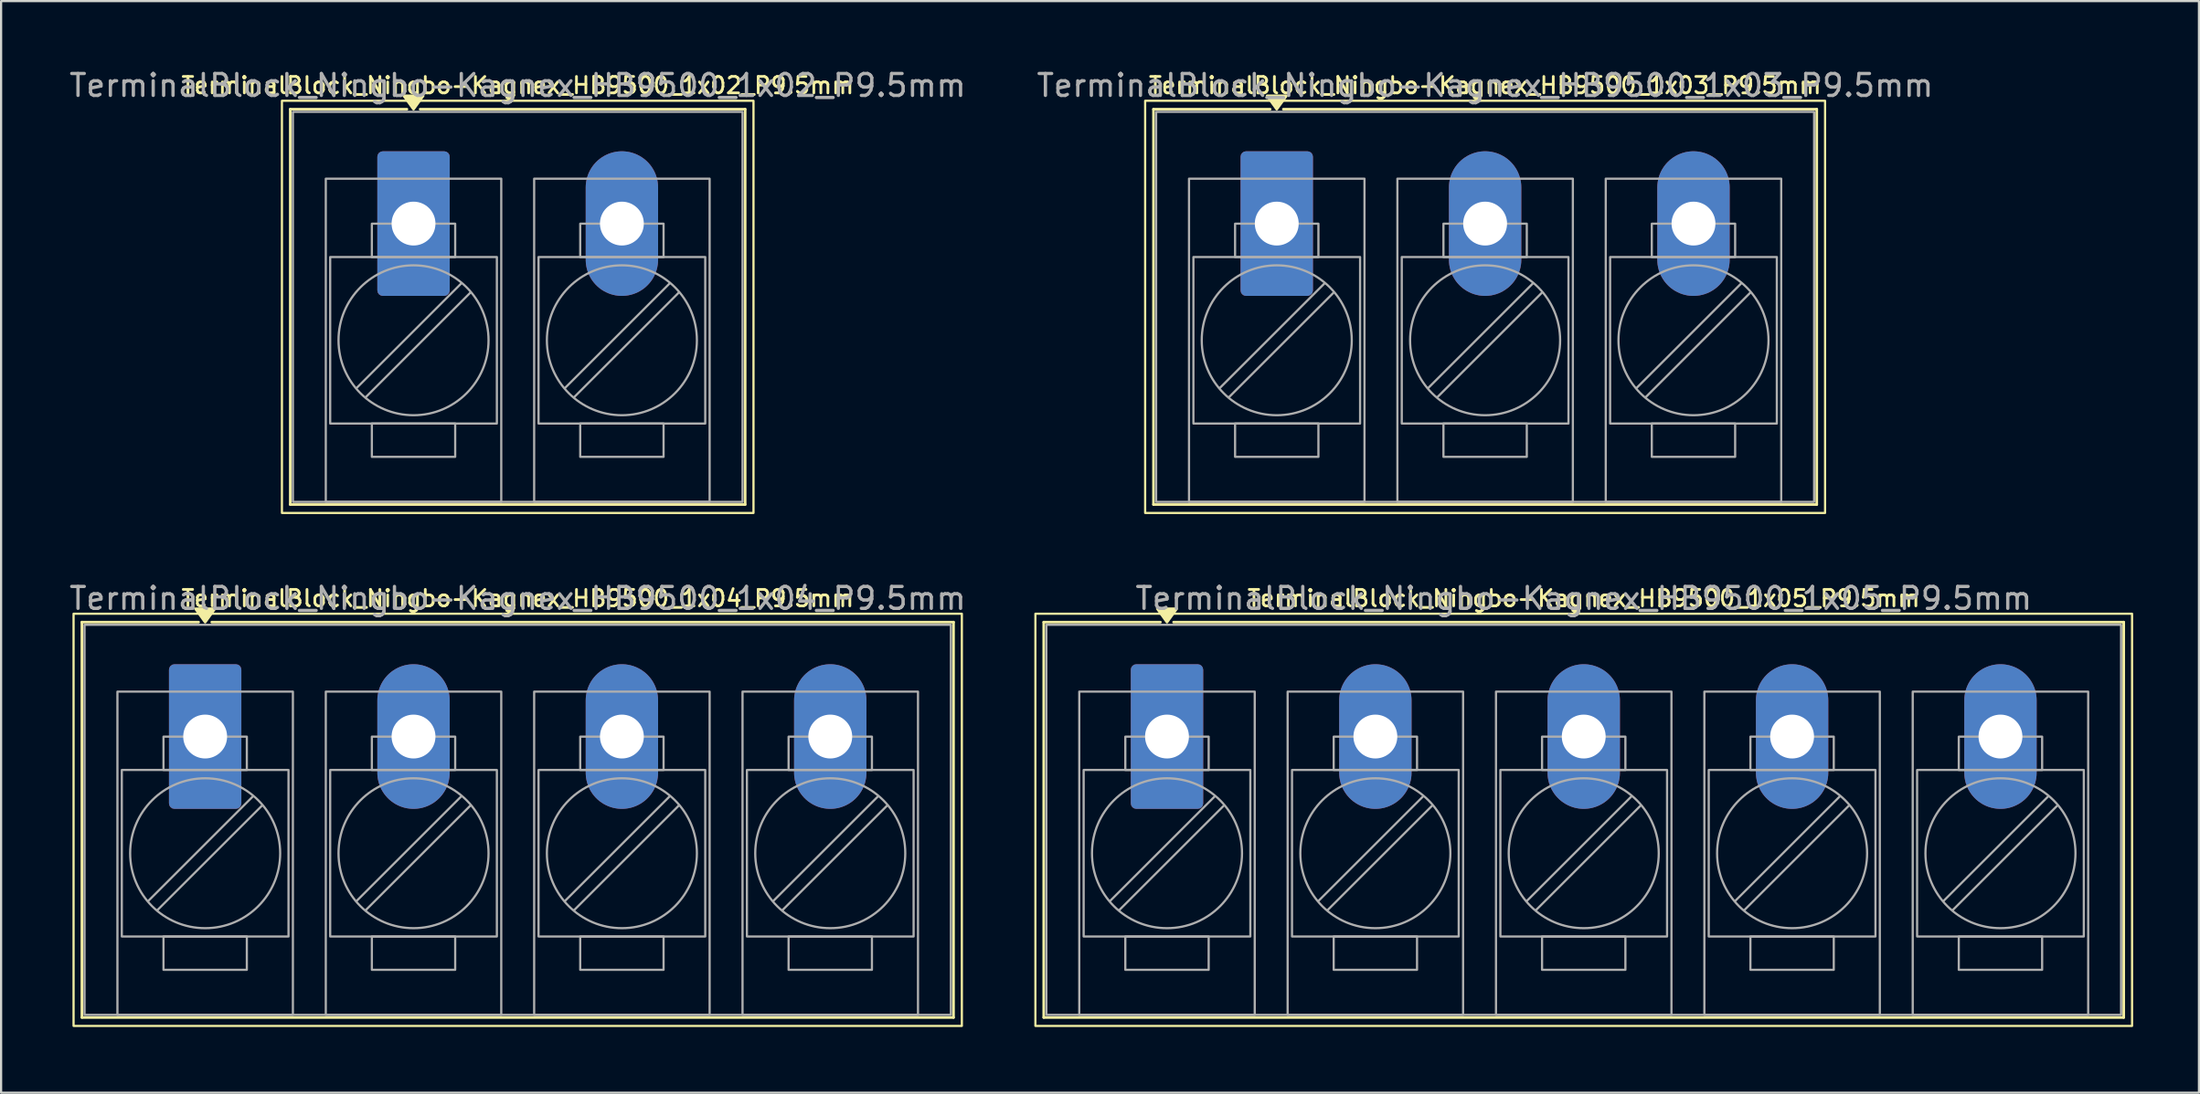
<source format=kicad_pcb>
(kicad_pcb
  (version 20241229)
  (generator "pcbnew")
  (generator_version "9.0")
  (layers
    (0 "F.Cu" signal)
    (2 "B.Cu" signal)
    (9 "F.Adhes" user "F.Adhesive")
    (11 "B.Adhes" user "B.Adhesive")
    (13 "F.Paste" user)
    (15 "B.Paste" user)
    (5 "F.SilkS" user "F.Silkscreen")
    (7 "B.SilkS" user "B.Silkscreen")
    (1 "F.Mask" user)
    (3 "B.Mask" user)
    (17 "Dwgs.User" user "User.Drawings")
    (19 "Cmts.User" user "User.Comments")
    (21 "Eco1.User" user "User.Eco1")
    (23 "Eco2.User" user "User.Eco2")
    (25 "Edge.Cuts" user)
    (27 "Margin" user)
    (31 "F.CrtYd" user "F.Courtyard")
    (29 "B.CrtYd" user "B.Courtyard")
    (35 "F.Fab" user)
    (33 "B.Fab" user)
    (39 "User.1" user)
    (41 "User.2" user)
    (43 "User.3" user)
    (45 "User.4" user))
  (footprint "TerminalBlock_Ningbo-Kagnex_HB9500_1x02_P9.5mm"
    (layer "F.Cu")
    (at 15.804 7.153)
    (property "Reference" "TerminalBlock_Ningbo-Kagnex_HB9500_1x02_P9.5mm" (at 4.75 -6.305 0) (layer "F.SilkS") (effects (font (size 0.75 0.75) (thickness 0.125))))
    (attr through_hole)
    (fp_line (start -5.62 -5.22) (end -0.3 -5.22) (stroke (width 0.12) (type solid)) (layer "F.SilkS"))
    (fp_line (start -5.62 12.82) (end -5.62 -5.22) (stroke (width 0.12) (type solid)) (layer "F.SilkS"))
    (fp_line (start 0.3 -5.22) (end 15.12 -5.22) (stroke (width 0.12) (type solid)) (layer "F.SilkS"))
    (fp_line (start 15.12 -5.22) (end 15.12 12.82) (stroke (width 0.12) (type solid)) (layer "F.SilkS"))
    (fp_line (start 15.12 12.82) (end -5.62 12.82) (stroke (width 0.12) (type solid)) (layer "F.SilkS"))
    (fp_rect (start -6 -5.605) (end 15.5 13.205) (stroke (width 0.1) (type solid)) (fill no) (layer "F.SilkS"))
    (fp_poly (pts (xy 0 -5.22) (xy -0.44 -5.83) (xy 0.44 -5.83)) (stroke (width 0.12) (type solid)) (fill yes) (layer "F.SilkS"))
    (fp_line (start 2.176 2.731) (end -2.594 7.501) (stroke (width 0.1) (type solid)) (layer "F.Fab"))
    (fp_line (start 2.594 3.149) (end -2.176 7.919) (stroke (width 0.1) (type solid)) (layer "F.Fab"))
    (fp_line (start 11.676 2.731) (end 6.906 7.501) (stroke (width 0.1) (type solid)) (layer "F.Fab"))
    (fp_line (start 12.094 3.149) (end 7.324 7.919) (stroke (width 0.1) (type solid)) (layer "F.Fab"))
    (fp_rect (start -5.5 -5.1) (end 15 12.7) (stroke (width 0.1) (type solid)) (fill no) (layer "F.Fab"))
    (fp_rect (start -4 -2.05) (end 4 12.7) (stroke (width 0.1) (type solid)) (fill no) (layer "F.Fab"))
    (fp_rect (start -3.8 1.525) (end 3.8 9.125) (stroke (width 0.1) (type solid)) (fill no) (layer "F.Fab"))
    (fp_rect (start -1.9 0.005) (end 1.9 1.525) (stroke (width 0.1) (type solid)) (fill no) (layer "F.Fab"))
    (fp_rect (start -1.9 9.125) (end 1.9 10.645) (stroke (width 0.1) (type solid)) (fill no) (layer "F.Fab"))
    (fp_rect (start 5.5 -2.05) (end 13.5 12.7) (stroke (width 0.1) (type solid)) (fill no) (layer "F.Fab"))
    (fp_rect (start 5.7 1.525) (end 13.3 9.125) (stroke (width 0.1) (type solid)) (fill no) (layer "F.Fab"))
    (fp_rect (start 7.6 0.005) (end 11.4 1.525) (stroke (width 0.1) (type solid)) (fill no) (layer "F.Fab"))
    (fp_rect (start 7.6 9.125) (end 11.4 10.645) (stroke (width 0.1) (type solid)) (fill no) (layer "F.Fab"))
    (fp_circle (center 0 5.325) (end 3.42 5.325) (stroke (width 0.1) (type solid)) (fill no) (layer "F.Fab"))
    (fp_circle (center 9.5 5.325) (end 12.92 5.325) (stroke (width 0.1) (type solid)) (fill no) (layer "F.Fab"))
    (fp_text user "${REFERENCE}" (at 4.75 -6.305 0) (layer "F.Fab") (effects (font (size 1 1) (thickness 0.15))))
    (pad "1" thru_hole roundrect (at 0 0) (size 3.3 6.6) (drill 2) (layers "*.Cu" "*.Mask") (roundrect_rratio 0.076))
    (pad "2" thru_hole oval (at 9.5 0) (size 3.3 6.6) (drill 2) (layers "*.Cu" "*.Mask")))
  (footprint "TerminalBlock_Ningbo-Kagnex_HB9500_1x04_P9.5mm"
    (layer "F.Cu")
    (at 6.304 30.561)
    (property "Reference" "TerminalBlock_Ningbo-Kagnex_HB9500_1x04_P9.5mm" (at 14.25 -6.305 0) (layer "F.SilkS") (effects (font (size 0.75 0.75) (thickness 0.125))))
    (attr through_hole)
    (fp_line (start -5.62 -5.22) (end -0.3 -5.22) (stroke (width 0.12) (type solid)) (layer "F.SilkS"))
    (fp_line (start -5.62 12.82) (end -5.62 -5.22) (stroke (width 0.12) (type solid)) (layer "F.SilkS"))
    (fp_line (start 0.3 -5.22) (end 34.12 -5.22) (stroke (width 0.12) (type solid)) (layer "F.SilkS"))
    (fp_line (start 34.12 -5.22) (end 34.12 12.82) (stroke (width 0.12) (type solid)) (layer "F.SilkS"))
    (fp_line (start 34.12 12.82) (end -5.62 12.82) (stroke (width 0.12) (type solid)) (layer "F.SilkS"))
    (fp_rect (start -6 -5.605) (end 34.5 13.205) (stroke (width 0.1) (type solid)) (fill no) (layer "F.SilkS"))
    (fp_poly (pts (xy 0 -5.22) (xy -0.44 -5.83) (xy 0.44 -5.83)) (stroke (width 0.12) (type solid)) (fill yes) (layer "F.SilkS"))
    (fp_line (start 2.176 2.731) (end -2.594 7.501) (stroke (width 0.1) (type solid)) (layer "F.Fab"))
    (fp_line (start 2.594 3.149) (end -2.176 7.919) (stroke (width 0.1) (type solid)) (layer "F.Fab"))
    (fp_line (start 11.676 2.731) (end 6.906 7.501) (stroke (width 0.1) (type solid)) (layer "F.Fab"))
    (fp_line (start 12.094 3.149) (end 7.324 7.919) (stroke (width 0.1) (type solid)) (layer "F.Fab"))
    (fp_line (start 21.176 2.731) (end 16.406 7.501) (stroke (width 0.1) (type solid)) (layer "F.Fab"))
    (fp_line (start 21.594 3.149) (end 16.824 7.919) (stroke (width 0.1) (type solid)) (layer "F.Fab"))
    (fp_line (start 30.676 2.731) (end 25.906 7.501) (stroke (width 0.1) (type solid)) (layer "F.Fab"))
    (fp_line (start 31.094 3.149) (end 26.324 7.919) (stroke (width 0.1) (type solid)) (layer "F.Fab"))
    (fp_rect (start -5.5 -5.1) (end 34 12.7) (stroke (width 0.1) (type solid)) (fill no) (layer "F.Fab"))
    (fp_rect (start -4 -2.05) (end 4 12.7) (stroke (width 0.1) (type solid)) (fill no) (layer "F.Fab"))
    (fp_rect (start -3.8 1.525) (end 3.8 9.125) (stroke (width 0.1) (type solid)) (fill no) (layer "F.Fab"))
    (fp_rect (start -1.9 0.005) (end 1.9 1.525) (stroke (width 0.1) (type solid)) (fill no) (layer "F.Fab"))
    (fp_rect (start -1.9 9.125) (end 1.9 10.645) (stroke (width 0.1) (type solid)) (fill no) (layer "F.Fab"))
    (fp_rect (start 5.5 -2.05) (end 13.5 12.7) (stroke (width 0.1) (type solid)) (fill no) (layer "F.Fab"))
    (fp_rect (start 5.7 1.525) (end 13.3 9.125) (stroke (width 0.1) (type solid)) (fill no) (layer "F.Fab"))
    (fp_rect (start 7.6 0.005) (end 11.4 1.525) (stroke (width 0.1) (type solid)) (fill no) (layer "F.Fab"))
    (fp_rect (start 7.6 9.125) (end 11.4 10.645) (stroke (width 0.1) (type solid)) (fill no) (layer "F.Fab"))
    (fp_rect (start 15 -2.05) (end 23 12.7) (stroke (width 0.1) (type solid)) (fill no) (layer "F.Fab"))
    (fp_rect (start 15.2 1.525) (end 22.8 9.125) (stroke (width 0.1) (type solid)) (fill no) (layer "F.Fab"))
    (fp_rect (start 17.1 0.005) (end 20.9 1.525) (stroke (width 0.1) (type solid)) (fill no) (layer "F.Fab"))
    (fp_rect (start 17.1 9.125) (end 20.9 10.645) (stroke (width 0.1) (type solid)) (fill no) (layer "F.Fab"))
    (fp_rect (start 24.5 -2.05) (end 32.5 12.7) (stroke (width 0.1) (type solid)) (fill no) (layer "F.Fab"))
    (fp_rect (start 24.7 1.525) (end 32.3 9.125) (stroke (width 0.1) (type solid)) (fill no) (layer "F.Fab"))
    (fp_rect (start 26.6 0.005) (end 30.4 1.525) (stroke (width 0.1) (type solid)) (fill no) (layer "F.Fab"))
    (fp_rect (start 26.6 9.125) (end 30.4 10.645) (stroke (width 0.1) (type solid)) (fill no) (layer "F.Fab"))
    (fp_circle (center 0 5.325) (end 3.42 5.325) (stroke (width 0.1) (type solid)) (fill no) (layer "F.Fab"))
    (fp_circle (center 9.5 5.325) (end 12.92 5.325) (stroke (width 0.1) (type solid)) (fill no) (layer "F.Fab"))
    (fp_circle (center 19 5.325) (end 22.42 5.325) (stroke (width 0.1) (type solid)) (fill no) (layer "F.Fab"))
    (fp_circle (center 28.5 5.325) (end 31.92 5.325) (stroke (width 0.1) (type solid)) (fill no) (layer "F.Fab"))
    (fp_text user "${REFERENCE}" (at 14.25 -6.305 0) (layer "F.Fab") (effects (font (size 1 1) (thickness 0.15))))
    (pad "1" thru_hole roundrect (at 0 0) (size 3.3 6.6) (drill 2) (layers "*.Cu" "*.Mask") (roundrect_rratio 0.076))
    (pad "2" thru_hole oval (at 9.5 0) (size 3.3 6.6) (drill 2) (layers "*.Cu" "*.Mask"))
    (pad "3" thru_hole oval (at 19 0) (size 3.3 6.6) (drill 2) (layers "*.Cu" "*.Mask"))
    (pad "4" thru_hole oval (at 28.5 0) (size 3.3 6.6) (drill 2) (layers "*.Cu" "*.Mask")))
  (footprint "TerminalBlock_Ningbo-Kagnex_HB9500_1x03_P9.5mm"
    (layer "F.Cu")
    (at 55.161 7.153)
    (property "Reference" "TerminalBlock_Ningbo-Kagnex_HB9500_1x03_P9.5mm" (at 9.5 -6.305 0) (layer "F.SilkS") (effects (font (size 0.75 0.75) (thickness 0.125))))
    (attr through_hole)
    (fp_line (start -5.62 -5.22) (end -0.3 -5.22) (stroke (width 0.12) (type solid)) (layer "F.SilkS"))
    (fp_line (start -5.62 12.82) (end -5.62 -5.22) (stroke (width 0.12) (type solid)) (layer "F.SilkS"))
    (fp_line (start 0.3 -5.22) (end 24.62 -5.22) (stroke (width 0.12) (type solid)) (layer "F.SilkS"))
    (fp_line (start 24.62 -5.22) (end 24.62 12.82) (stroke (width 0.12) (type solid)) (layer "F.SilkS"))
    (fp_line (start 24.62 12.82) (end -5.62 12.82) (stroke (width 0.12) (type solid)) (layer "F.SilkS"))
    (fp_rect (start -6 -5.605) (end 25 13.205) (stroke (width 0.1) (type solid)) (fill no) (layer "F.SilkS"))
    (fp_poly (pts (xy 0 -5.22) (xy -0.44 -5.83) (xy 0.44 -5.83)) (stroke (width 0.12) (type solid)) (fill yes) (layer "F.SilkS"))
    (fp_line (start 2.176 2.731) (end -2.594 7.501) (stroke (width 0.1) (type solid)) (layer "F.Fab"))
    (fp_line (start 2.594 3.149) (end -2.176 7.919) (stroke (width 0.1) (type solid)) (layer "F.Fab"))
    (fp_line (start 11.676 2.731) (end 6.906 7.501) (stroke (width 0.1) (type solid)) (layer "F.Fab"))
    (fp_line (start 12.094 3.149) (end 7.324 7.919) (stroke (width 0.1) (type solid)) (layer "F.Fab"))
    (fp_line (start 21.176 2.731) (end 16.406 7.501) (stroke (width 0.1) (type solid)) (layer "F.Fab"))
    (fp_line (start 21.594 3.149) (end 16.824 7.919) (stroke (width 0.1) (type solid)) (layer "F.Fab"))
    (fp_rect (start -5.5 -5.1) (end 24.5 12.7) (stroke (width 0.1) (type solid)) (fill no) (layer "F.Fab"))
    (fp_rect (start -4 -2.05) (end 4 12.7) (stroke (width 0.1) (type solid)) (fill no) (layer "F.Fab"))
    (fp_rect (start -3.8 1.525) (end 3.8 9.125) (stroke (width 0.1) (type solid)) (fill no) (layer "F.Fab"))
    (fp_rect (start -1.9 0.005) (end 1.9 1.525) (stroke (width 0.1) (type solid)) (fill no) (layer "F.Fab"))
    (fp_rect (start -1.9 9.125) (end 1.9 10.645) (stroke (width 0.1) (type solid)) (fill no) (layer "F.Fab"))
    (fp_rect (start 5.5 -2.05) (end 13.5 12.7) (stroke (width 0.1) (type solid)) (fill no) (layer "F.Fab"))
    (fp_rect (start 5.7 1.525) (end 13.3 9.125) (stroke (width 0.1) (type solid)) (fill no) (layer "F.Fab"))
    (fp_rect (start 7.6 0.005) (end 11.4 1.525) (stroke (width 0.1) (type solid)) (fill no) (layer "F.Fab"))
    (fp_rect (start 7.6 9.125) (end 11.4 10.645) (stroke (width 0.1) (type solid)) (fill no) (layer "F.Fab"))
    (fp_rect (start 15 -2.05) (end 23 12.7) (stroke (width 0.1) (type solid)) (fill no) (layer "F.Fab"))
    (fp_rect (start 15.2 1.525) (end 22.8 9.125) (stroke (width 0.1) (type solid)) (fill no) (layer "F.Fab"))
    (fp_rect (start 17.1 0.005) (end 20.9 1.525) (stroke (width 0.1) (type solid)) (fill no) (layer "F.Fab"))
    (fp_rect (start 17.1 9.125) (end 20.9 10.645) (stroke (width 0.1) (type solid)) (fill no) (layer "F.Fab"))
    (fp_circle (center 0 5.325) (end 3.42 5.325) (stroke (width 0.1) (type solid)) (fill no) (layer "F.Fab"))
    (fp_circle (center 9.5 5.325) (end 12.92 5.325) (stroke (width 0.1) (type solid)) (fill no) (layer "F.Fab"))
    (fp_circle (center 19 5.325) (end 22.42 5.325) (stroke (width 0.1) (type solid)) (fill no) (layer "F.Fab"))
    (fp_text user "${REFERENCE}" (at 9.5 -6.305 0) (layer "F.Fab") (effects (font (size 1 1) (thickness 0.15))))
    (pad "1" thru_hole roundrect (at 0 0) (size 3.3 6.6) (drill 2) (layers "*.Cu" "*.Mask") (roundrect_rratio 0.076))
    (pad "2" thru_hole oval (at 9.5 0) (size 3.3 6.6) (drill 2) (layers "*.Cu" "*.Mask"))
    (pad "3" thru_hole oval (at 19 0) (size 3.3 6.6) (drill 2) (layers "*.Cu" "*.Mask")))
  (footprint "TerminalBlock_Ningbo-Kagnex_HB9500_1x05_P9.5mm"
    (layer "F.Cu")
    (at 50.157 30.561)
    (property "Reference" "TerminalBlock_Ningbo-Kagnex_HB9500_1x05_P9.5mm" (at 19 -6.305 0) (layer "F.SilkS") (effects (font (size 0.75 0.75) (thickness 0.125))))
    (attr through_hole)
    (fp_line (start -5.62 -5.22) (end -0.3 -5.22) (stroke (width 0.12) (type solid)) (layer "F.SilkS"))
    (fp_line (start -5.62 12.82) (end -5.62 -5.22) (stroke (width 0.12) (type solid)) (layer "F.SilkS"))
    (fp_line (start 0.3 -5.22) (end 43.62 -5.22) (stroke (width 0.12) (type solid)) (layer "F.SilkS"))
    (fp_line (start 43.62 -5.22) (end 43.62 12.82) (stroke (width 0.12) (type solid)) (layer "F.SilkS"))
    (fp_line (start 43.62 12.82) (end -5.62 12.82) (stroke (width 0.12) (type solid)) (layer "F.SilkS"))
    (fp_rect (start -6 -5.605) (end 44 13.205) (stroke (width 0.1) (type solid)) (fill no) (layer "F.SilkS"))
    (fp_poly (pts (xy 0 -5.22) (xy -0.44 -5.83) (xy 0.44 -5.83)) (stroke (width 0.12) (type solid)) (fill yes) (layer "F.SilkS"))
    (fp_line (start 2.176 2.731) (end -2.594 7.501) (stroke (width 0.1) (type solid)) (layer "F.Fab"))
    (fp_line (start 2.594 3.149) (end -2.176 7.919) (stroke (width 0.1) (type solid)) (layer "F.Fab"))
    (fp_line (start 11.676 2.731) (end 6.906 7.501) (stroke (width 0.1) (type solid)) (layer "F.Fab"))
    (fp_line (start 12.094 3.149) (end 7.324 7.919) (stroke (width 0.1) (type solid)) (layer "F.Fab"))
    (fp_line (start 21.176 2.731) (end 16.406 7.501) (stroke (width 0.1) (type solid)) (layer "F.Fab"))
    (fp_line (start 21.594 3.149) (end 16.824 7.919) (stroke (width 0.1) (type solid)) (layer "F.Fab"))
    (fp_line (start 30.676 2.731) (end 25.906 7.501) (stroke (width 0.1) (type solid)) (layer "F.Fab"))
    (fp_line (start 31.094 3.149) (end 26.324 7.919) (stroke (width 0.1) (type solid)) (layer "F.Fab"))
    (fp_line (start 40.176 2.731) (end 35.406 7.501) (stroke (width 0.1) (type solid)) (layer "F.Fab"))
    (fp_line (start 40.594 3.149) (end 35.824 7.919) (stroke (width 0.1) (type solid)) (layer "F.Fab"))
    (fp_rect (start -5.5 -5.1) (end 43.5 12.7) (stroke (width 0.1) (type solid)) (fill no) (layer "F.Fab"))
    (fp_rect (start -4 -2.05) (end 4 12.7) (stroke (width 0.1) (type solid)) (fill no) (layer "F.Fab"))
    (fp_rect (start -3.8 1.525) (end 3.8 9.125) (stroke (width 0.1) (type solid)) (fill no) (layer "F.Fab"))
    (fp_rect (start -1.9 0.005) (end 1.9 1.525) (stroke (width 0.1) (type solid)) (fill no) (layer "F.Fab"))
    (fp_rect (start -1.9 9.125) (end 1.9 10.645) (stroke (width 0.1) (type solid)) (fill no) (layer "F.Fab"))
    (fp_rect (start 5.5 -2.05) (end 13.5 12.7) (stroke (width 0.1) (type solid)) (fill no) (layer "F.Fab"))
    (fp_rect (start 5.7 1.525) (end 13.3 9.125) (stroke (width 0.1) (type solid)) (fill no) (layer "F.Fab"))
    (fp_rect (start 7.6 0.005) (end 11.4 1.525) (stroke (width 0.1) (type solid)) (fill no) (layer "F.Fab"))
    (fp_rect (start 7.6 9.125) (end 11.4 10.645) (stroke (width 0.1) (type solid)) (fill no) (layer "F.Fab"))
    (fp_rect (start 15 -2.05) (end 23 12.7) (stroke (width 0.1) (type solid)) (fill no) (layer "F.Fab"))
    (fp_rect (start 15.2 1.525) (end 22.8 9.125) (stroke (width 0.1) (type solid)) (fill no) (layer "F.Fab"))
    (fp_rect (start 17.1 0.005) (end 20.9 1.525) (stroke (width 0.1) (type solid)) (fill no) (layer "F.Fab"))
    (fp_rect (start 17.1 9.125) (end 20.9 10.645) (stroke (width 0.1) (type solid)) (fill no) (layer "F.Fab"))
    (fp_rect (start 24.5 -2.05) (end 32.5 12.7) (stroke (width 0.1) (type solid)) (fill no) (layer "F.Fab"))
    (fp_rect (start 24.7 1.525) (end 32.3 9.125) (stroke (width 0.1) (type solid)) (fill no) (layer "F.Fab"))
    (fp_rect (start 26.6 0.005) (end 30.4 1.525) (stroke (width 0.1) (type solid)) (fill no) (layer "F.Fab"))
    (fp_rect (start 26.6 9.125) (end 30.4 10.645) (stroke (width 0.1) (type solid)) (fill no) (layer "F.Fab"))
    (fp_rect (start 34 -2.05) (end 42 12.7) (stroke (width 0.1) (type solid)) (fill no) (layer "F.Fab"))
    (fp_rect (start 34.2 1.525) (end 41.8 9.125) (stroke (width 0.1) (type solid)) (fill no) (layer "F.Fab"))
    (fp_rect (start 36.1 0.005) (end 39.9 1.525) (stroke (width 0.1) (type solid)) (fill no) (layer "F.Fab"))
    (fp_rect (start 36.1 9.125) (end 39.9 10.645) (stroke (width 0.1) (type solid)) (fill no) (layer "F.Fab"))
    (fp_circle (center 0 5.325) (end 3.42 5.325) (stroke (width 0.1) (type solid)) (fill no) (layer "F.Fab"))
    (fp_circle (center 9.5 5.325) (end 12.92 5.325) (stroke (width 0.1) (type solid)) (fill no) (layer "F.Fab"))
    (fp_circle (center 19 5.325) (end 22.42 5.325) (stroke (width 0.1) (type solid)) (fill no) (layer "F.Fab"))
    (fp_circle (center 28.5 5.325) (end 31.92 5.325) (stroke (width 0.1) (type solid)) (fill no) (layer "F.Fab"))
    (fp_circle (center 38 5.325) (end 41.42 5.325) (stroke (width 0.1) (type solid)) (fill no) (layer "F.Fab"))
    (fp_text user "${REFERENCE}" (at 19 -6.305 0) (layer "F.Fab") (effects (font (size 1 1) (thickness 0.15))))
    (pad "1" thru_hole roundrect (at 0 0) (size 3.3 6.6) (drill 2) (layers "*.Cu" "*.Mask") (roundrect_rratio 0.076))
    (pad "2" thru_hole oval (at 9.5 0) (size 3.3 6.6) (drill 2) (layers "*.Cu" "*.Mask"))
    (pad "3" thru_hole oval (at 19 0) (size 3.3 6.6) (drill 2) (layers "*.Cu" "*.Mask"))
    (pad "4" thru_hole oval (at 28.5 0) (size 3.3 6.6) (drill 2) (layers "*.Cu" "*.Mask"))
    (pad "5" thru_hole oval (at 38 0) (size 3.3 6.6) (drill 2) (layers "*.Cu" "*.Mask")))
  (gr_rect
    (start -3 -3)
    (end 97.207 46.816)
    (stroke (width 0.1) (type default))
    (fill no)
    (layer "Edge.Cuts")))
</source>
